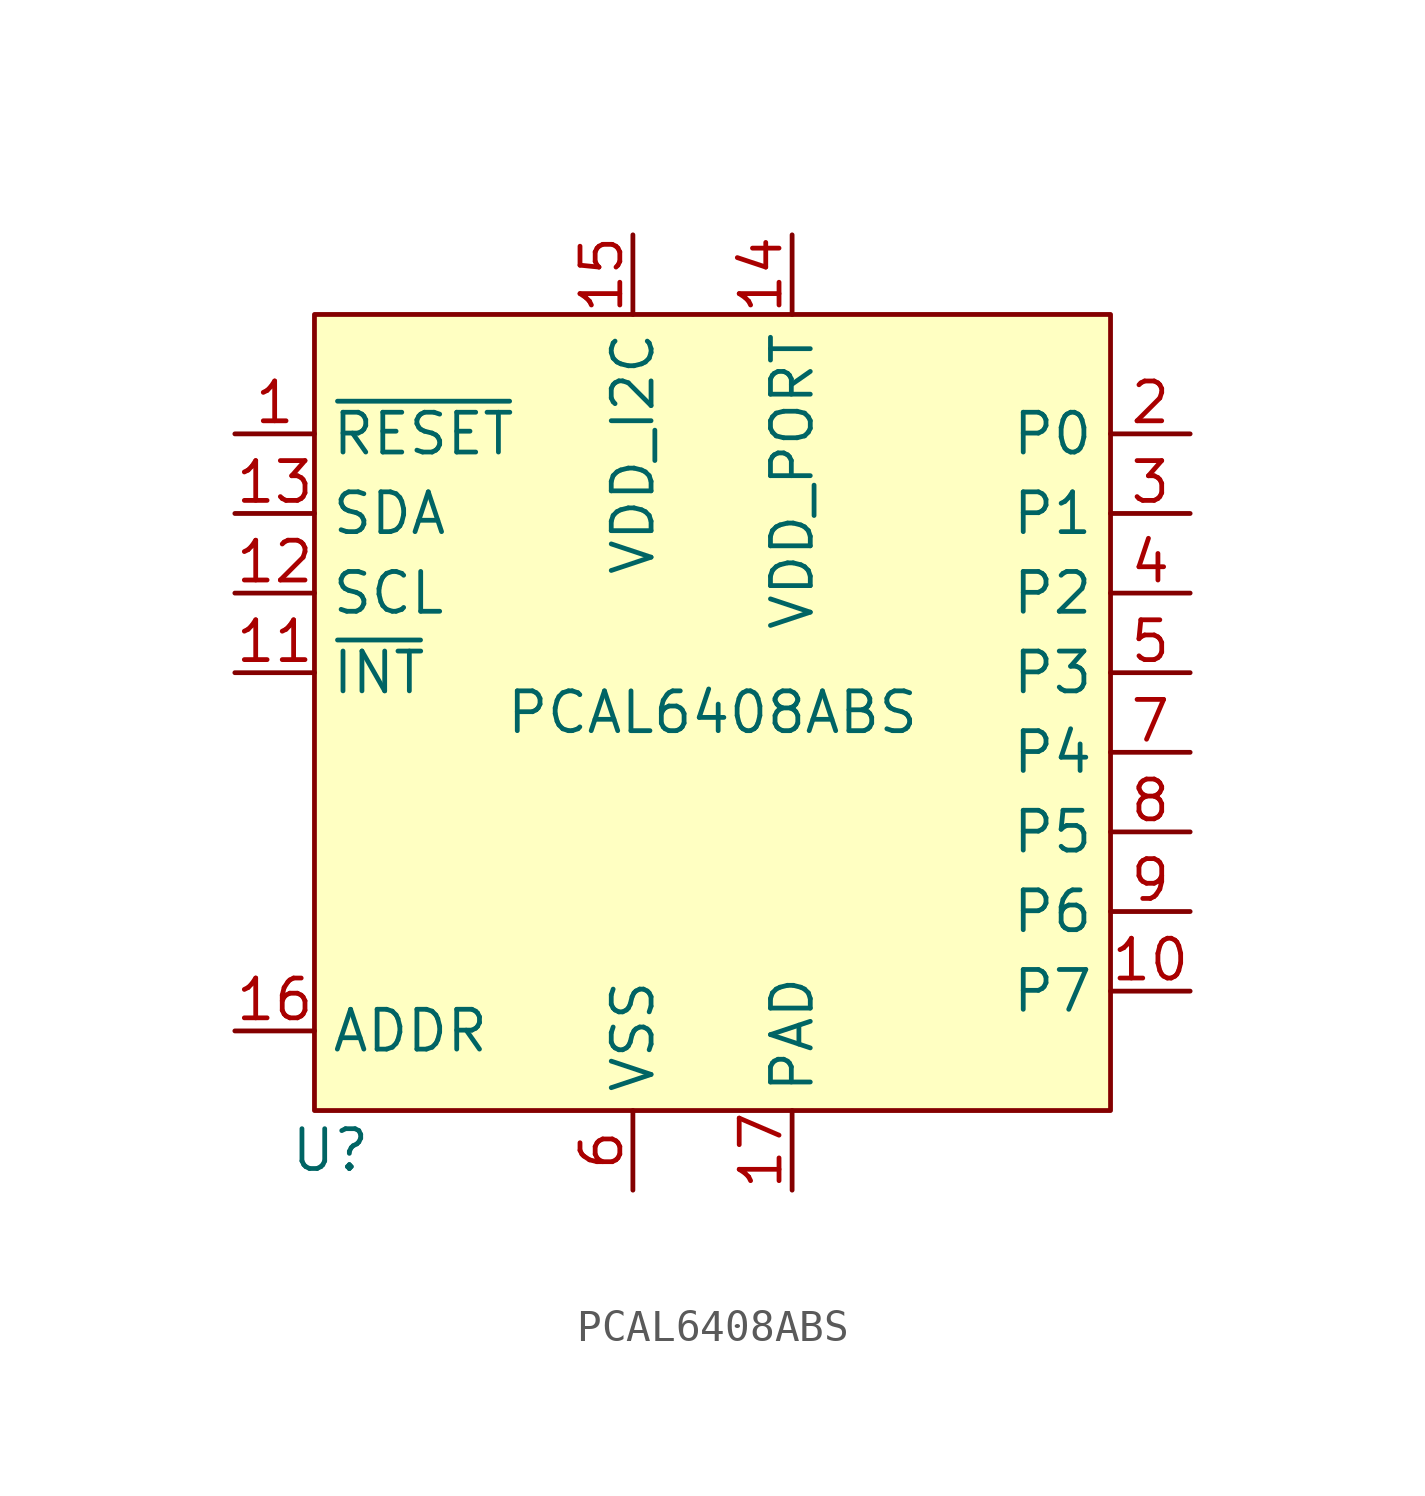
<source format=kicad_sym>
(kicad_symbol_lib
  (version 20231120)
  (generator "kicad_symbol_editor")
  (generator_version "8.0")
  (symbol "PCAL6408ABS"
    (property "Reference" "U"
      (at -12.192 -13.97 0)
      (effects (font (size 1.27 1.27))))
    (property "Value" "PCAL6408ABS"
      (at 0 0 0)
      (effects (font (size 1.27 1.27))))
    (symbol "PCAL6408ABS_1_1"
      (rectangle (start -12.7 12.7) (end 12.7 -12.7) (stroke (width 0) (type default)) (fill (type background)))
      (pin input line (at -15.24 8.89 0) (length 2.54) (name "~{RESET}" (effects (font (size 1.27 1.27)))) (number "1" (effects (font (size 1.27 1.27)))))
      (pin bidirectional line (at 15.24 -8.89 180) (length 2.54) (name "P7" (effects (font (size 1.27 1.27)))) (number "10" (effects (font (size 1.27 1.27)))))
      (pin output line (at -15.24 1.27 0) (length 2.54) (name "~{INT}" (effects (font (size 1.27 1.27)))) (number "11" (effects (font (size 1.27 1.27)))))
      (pin bidirectional line (at -15.24 3.81 0) (length 2.54) (name "SCL" (effects (font (size 1.27 1.27)))) (number "12" (effects (font (size 1.27 1.27)))))
      (pin bidirectional line (at -15.24 6.35 0) (length 2.54) (name "SDA" (effects (font (size 1.27 1.27)))) (number "13" (effects (font (size 1.27 1.27)))))
      (pin power_in line (at 2.54 15.24 270) (length 2.54) (name "VDD_PORT" (effects (font (size 1.27 1.27)))) (number "14" (effects (font (size 1.27 1.27)))))
      (pin power_in line (at -2.54 15.24 270) (length 2.54) (name "VDD_I2C" (effects (font (size 1.27 1.27)))) (number "15" (effects (font (size 1.27 1.27)))))
      (pin input line (at -15.24 -10.16 0) (length 2.54) (name "ADDR" (effects (font (size 1.27 1.27)))) (number "16" (effects (font (size 1.27 1.27)))))
      (pin power_in line (at 2.54 -15.24 90) (length 2.54) (name "PAD" (effects (font (size 1.27 1.27)))) (number "17" (effects (font (size 1.27 1.27)))))
      (pin bidirectional line (at 15.24 8.89 180) (length 2.54) (name "P0" (effects (font (size 1.27 1.27)))) (number "2" (effects (font (size 1.27 1.27)))))
      (pin bidirectional line (at 15.24 6.35 180) (length 2.54) (name "P1" (effects (font (size 1.27 1.27)))) (number "3" (effects (font (size 1.27 1.27)))))
      (pin bidirectional line (at 15.24 3.81 180) (length 2.54) (name "P2" (effects (font (size 1.27 1.27)))) (number "4" (effects (font (size 1.27 1.27)))))
      (pin bidirectional line (at 15.24 1.27 180) (length 2.54) (name "P3" (effects (font (size 1.27 1.27)))) (number "5" (effects (font (size 1.27 1.27)))))
      (pin power_in line (at -2.54 -15.24 90) (length 2.54) (name "VSS" (effects (font (size 1.27 1.27)))) (number "6" (effects (font (size 1.27 1.27)))))
      (pin bidirectional line (at 15.24 -1.27 180) (length 2.54) (name "P4" (effects (font (size 1.27 1.27)))) (number "7" (effects (font (size 1.27 1.27)))))
      (pin bidirectional line (at 15.24 -3.81 180) (length 2.54) (name "P5" (effects (font (size 1.27 1.27)))) (number "8" (effects (font (size 1.27 1.27)))))
      (pin bidirectional line (at 15.24 -6.35 180) (length 2.54) (name "P6" (effects (font (size 1.27 1.27)))) (number "9" (effects (font (size 1.27 1.27))))))))
</source>
